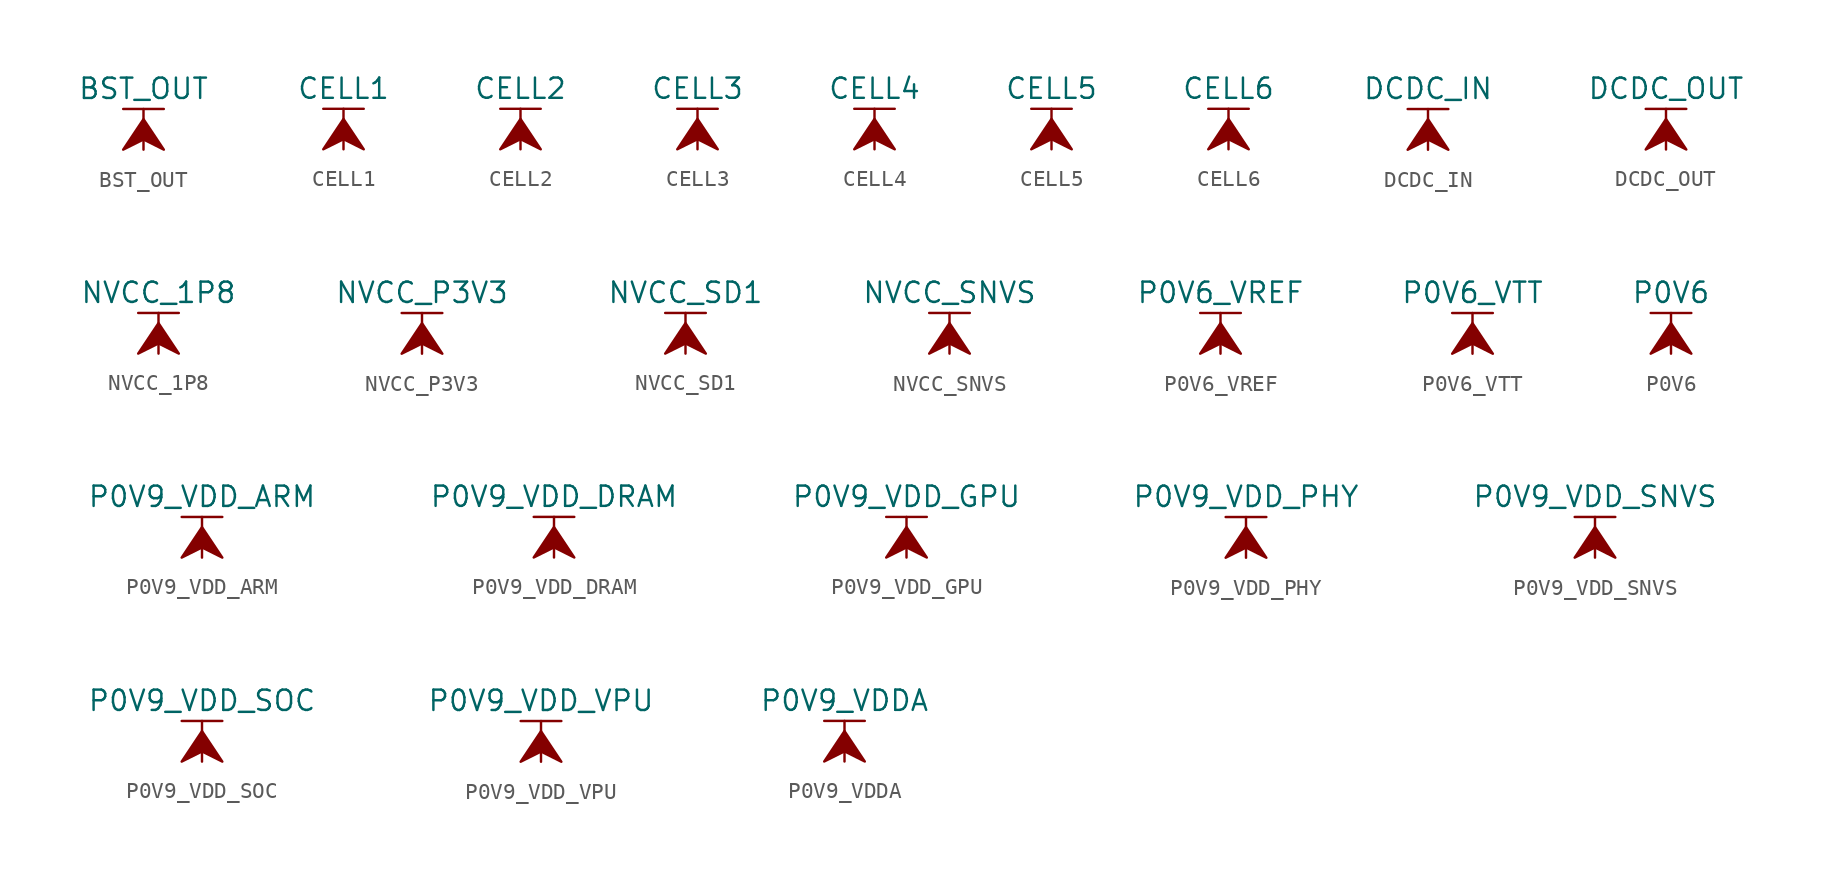
<source format=kicad_sym>
(kicad_symbol_lib
  (version 20211014)
  (generator kicad_symbol_editor)
  (symbol "BST_OUT"
    (power)
    (pin_names
      (offset 0))
    (property "Reference" "#PWR"
      (at 0 -3.81 0)
      (effects (font (size 1.27 1.27)) hide))
    (property "Value" "BST_OUT"
      (at 0 3.81 0)
      (effects (font (size 1.27 1.27))))
    (symbol "BST_OUT_0_1"
      (polyline (pts (xy -1.27 2.54) (xy 1.27 2.54)) (stroke (width 0.152) (type default) (color 0 0 0 0)) (fill (type none)))
      (polyline (pts (xy 0 0) (xy 0 2.54)) (stroke (width 0.152) (type default) (color 0 0 0 0)) (fill (type none)))
      (polyline (pts (xy 0 1.905) (xy -1.27 0) (xy 0 0.635) (xy 1.27 0) (xy 0 1.905)) (stroke (width 0.152) (type default) (color 0 0 0 0)) (fill (type outline))))
    (symbol "BST_OUT_1_1"
      (pin power_in line (at 0 0 90) (length 0) hide (name "BST_OUT" (effects (font (size 1.27 1.27)))) (number "1" (effects (font (size 1.27 1.27)))))))
  (symbol "CELL1"
    (power)
    (pin_names
      (offset 0))
    (property "Reference" "#PWR"
      (at 0 -3.81 0)
      (effects (font (size 1.27 1.27)) hide))
    (property "Value" "CELL1"
      (at 0 3.81 0)
      (effects (font (size 1.27 1.27))))
    (symbol "CELL1_0_1"
      (polyline (pts (xy -1.27 2.54) (xy 1.27 2.54)) (stroke (width 0.152) (type default) (color 0 0 0 0)) (fill (type none)))
      (polyline (pts (xy 0 0) (xy 0 2.54)) (stroke (width 0.152) (type default) (color 0 0 0 0)) (fill (type none)))
      (polyline (pts (xy 0 1.905) (xy -1.27 0) (xy 0 0.635) (xy 1.27 0) (xy 0 1.905)) (stroke (width 0.152) (type default) (color 0 0 0 0)) (fill (type outline))))
    (symbol "CELL1_1_1"
      (pin power_in line (at 0 0 90) (length 0) hide (name "CELL1" (effects (font (size 1.27 1.27)))) (number "1" (effects (font (size 1.27 1.27)))))))
  (symbol "CELL2"
    (power)
    (pin_names
      (offset 0))
    (property "Reference" "#PWR"
      (at 0 -3.81 0)
      (effects (font (size 1.27 1.27)) hide))
    (property "Value" "CELL2"
      (at 0 3.81 0)
      (effects (font (size 1.27 1.27))))
    (symbol "CELL2_0_1"
      (polyline (pts (xy -1.27 2.54) (xy 1.27 2.54)) (stroke (width 0.152) (type default) (color 0 0 0 0)) (fill (type none)))
      (polyline (pts (xy 0 0) (xy 0 2.54)) (stroke (width 0.152) (type default) (color 0 0 0 0)) (fill (type none)))
      (polyline (pts (xy 0 1.905) (xy -1.27 0) (xy 0 0.635) (xy 1.27 0) (xy 0 1.905)) (stroke (width 0.152) (type default) (color 0 0 0 0)) (fill (type outline))))
    (symbol "CELL2_1_1"
      (pin power_in line (at 0 0 90) (length 0) hide (name "CELL2" (effects (font (size 1.27 1.27)))) (number "1" (effects (font (size 1.27 1.27)))))))
  (symbol "CELL3"
    (power)
    (pin_names
      (offset 0))
    (property "Reference" "#PWR"
      (at 0 -3.81 0)
      (effects (font (size 1.27 1.27)) hide))
    (property "Value" "CELL3"
      (at 0 3.81 0)
      (effects (font (size 1.27 1.27))))
    (symbol "CELL3_0_1"
      (polyline (pts (xy -1.27 2.54) (xy 1.27 2.54)) (stroke (width 0.152) (type default) (color 0 0 0 0)) (fill (type none)))
      (polyline (pts (xy 0 0) (xy 0 2.54)) (stroke (width 0.152) (type default) (color 0 0 0 0)) (fill (type none)))
      (polyline (pts (xy 0 1.905) (xy -1.27 0) (xy 0 0.635) (xy 1.27 0) (xy 0 1.905)) (stroke (width 0.152) (type default) (color 0 0 0 0)) (fill (type outline))))
    (symbol "CELL3_1_1"
      (pin power_in line (at 0 0 90) (length 0) hide (name "CELL3" (effects (font (size 1.27 1.27)))) (number "1" (effects (font (size 1.27 1.27)))))))
  (symbol "CELL4"
    (power)
    (pin_names
      (offset 0))
    (property "Reference" "#PWR"
      (at 0 -3.81 0)
      (effects (font (size 1.27 1.27)) hide))
    (property "Value" "CELL4"
      (at 0 3.81 0)
      (effects (font (size 1.27 1.27))))
    (symbol "CELL4_0_1"
      (polyline (pts (xy -1.27 2.54) (xy 1.27 2.54)) (stroke (width 0.152) (type default) (color 0 0 0 0)) (fill (type none)))
      (polyline (pts (xy 0 0) (xy 0 2.54)) (stroke (width 0.152) (type default) (color 0 0 0 0)) (fill (type none)))
      (polyline (pts (xy 0 1.905) (xy -1.27 0) (xy 0 0.635) (xy 1.27 0) (xy 0 1.905)) (stroke (width 0.152) (type default) (color 0 0 0 0)) (fill (type outline))))
    (symbol "CELL4_1_1"
      (pin power_in line (at 0 0 90) (length 0) hide (name "CELL4" (effects (font (size 1.27 1.27)))) (number "1" (effects (font (size 1.27 1.27)))))))
  (symbol "CELL5"
    (power)
    (pin_names
      (offset 0))
    (property "Reference" "#PWR"
      (at 0 -3.81 0)
      (effects (font (size 1.27 1.27)) hide))
    (property "Value" "CELL5"
      (at 0 3.81 0)
      (effects (font (size 1.27 1.27))))
    (symbol "CELL5_0_1"
      (polyline (pts (xy -1.27 2.54) (xy 1.27 2.54)) (stroke (width 0.152) (type default) (color 0 0 0 0)) (fill (type none)))
      (polyline (pts (xy 0 0) (xy 0 2.54)) (stroke (width 0.152) (type default) (color 0 0 0 0)) (fill (type none)))
      (polyline (pts (xy 0 1.905) (xy -1.27 0) (xy 0 0.635) (xy 1.27 0) (xy 0 1.905)) (stroke (width 0.152) (type default) (color 0 0 0 0)) (fill (type outline))))
    (symbol "CELL5_1_1"
      (pin power_in line (at 0 0 90) (length 0) hide (name "CELL5" (effects (font (size 1.27 1.27)))) (number "1" (effects (font (size 1.27 1.27)))))))
  (symbol "CELL6"
    (power)
    (pin_names
      (offset 0))
    (property "Reference" "#PWR"
      (at 0 -3.81 0)
      (effects (font (size 1.27 1.27)) hide))
    (property "Value" "CELL6"
      (at 0 3.81 0)
      (effects (font (size 1.27 1.27))))
    (symbol "CELL6_0_1"
      (polyline (pts (xy -1.27 2.54) (xy 1.27 2.54)) (stroke (width 0.152) (type default) (color 0 0 0 0)) (fill (type none)))
      (polyline (pts (xy 0 0) (xy 0 2.54)) (stroke (width 0.152) (type default) (color 0 0 0 0)) (fill (type none)))
      (polyline (pts (xy 0 1.905) (xy -1.27 0) (xy 0 0.635) (xy 1.27 0) (xy 0 1.905)) (stroke (width 0.152) (type default) (color 0 0 0 0)) (fill (type outline))))
    (symbol "CELL6_1_1"
      (pin power_in line (at 0 0 90) (length 0) hide (name "CELL6" (effects (font (size 1.27 1.27)))) (number "1" (effects (font (size 1.27 1.27)))))))
  (symbol "DCDC_IN"
    (power)
    (pin_names
      (offset 0))
    (property "Reference" "#PWR"
      (at 0 -3.81 0)
      (effects (font (size 1.27 1.27)) hide))
    (property "Value" "DCDC_IN"
      (at 0 3.81 0)
      (effects (font (size 1.27 1.27))))
    (symbol "DCDC_IN_0_1"
      (polyline (pts (xy -1.27 2.54) (xy 1.27 2.54)) (stroke (width 0.152) (type default) (color 0 0 0 0)) (fill (type none)))
      (polyline (pts (xy 0 0) (xy 0 2.54)) (stroke (width 0.152) (type default) (color 0 0 0 0)) (fill (type none)))
      (polyline (pts (xy 0 1.905) (xy -1.27 0) (xy 0 0.635) (xy 1.27 0) (xy 0 1.905)) (stroke (width 0.152) (type default) (color 0 0 0 0)) (fill (type outline))))
    (symbol "DCDC_IN_1_1"
      (pin power_in line (at 0 0 90) (length 0) hide (name "DCDC_IN" (effects (font (size 1.27 1.27)))) (number "1" (effects (font (size 1.27 1.27)))))))
  (symbol "DCDC_OUT"
    (power)
    (pin_names
      (offset 0))
    (property "Reference" "#PWR"
      (at 0 -3.81 0)
      (effects (font (size 1.27 1.27)) hide))
    (property "Value" "DCDC_OUT"
      (at 0 3.81 0)
      (effects (font (size 1.27 1.27))))
    (symbol "DCDC_OUT_0_1"
      (polyline (pts (xy -1.27 2.54) (xy 1.27 2.54)) (stroke (width 0.152) (type default) (color 0 0 0 0)) (fill (type none)))
      (polyline (pts (xy 0 0) (xy 0 2.54)) (stroke (width 0.152) (type default) (color 0 0 0 0)) (fill (type none)))
      (polyline (pts (xy 0 1.905) (xy -1.27 0) (xy 0 0.635) (xy 1.27 0) (xy 0 1.905)) (stroke (width 0.152) (type default) (color 0 0 0 0)) (fill (type outline))))
    (symbol "DCDC_OUT_1_1"
      (pin power_in line (at 0 0 90) (length 0) hide (name "DCDC_OUT" (effects (font (size 1.27 1.27)))) (number "1" (effects (font (size 1.27 1.27)))))))
  (symbol "NVCC_1P8"
    (power)
    (pin_names
      (offset 0))
    (property "Reference" "#PWR"
      (at 0 -3.81 0)
      (effects (font (size 1.27 1.27)) hide))
    (property "Value" "NVCC_1P8"
      (at 0 3.81 0)
      (effects (font (size 1.27 1.27))))
    (symbol "NVCC_1P8_0_1"
      (polyline (pts (xy -1.27 2.54) (xy 1.27 2.54)) (stroke (width 0.152) (type default) (color 0 0 0 0)) (fill (type none)))
      (polyline (pts (xy 0 0) (xy 0 2.54)) (stroke (width 0.152) (type default) (color 0 0 0 0)) (fill (type none)))
      (polyline (pts (xy 0 1.905) (xy -1.27 0) (xy 0 0.635) (xy 1.27 0) (xy 0 1.905)) (stroke (width 0.152) (type default) (color 0 0 0 0)) (fill (type outline))))
    (symbol "NVCC_1P8_1_1"
      (pin power_in line (at 0 0 90) (length 0) hide (name "NVCC_1P8" (effects (font (size 1.27 1.27)))) (number "1" (effects (font (size 1.27 1.27)))))))
  (symbol "NVCC_P3V3"
    (power)
    (pin_names
      (offset 0))
    (property "Reference" "#PWR"
      (at 0 -3.81 0)
      (effects (font (size 1.27 1.27)) hide))
    (property "Value" "NVCC_P3V3"
      (at 0 3.81 0)
      (effects (font (size 1.27 1.27))))
    (symbol "NVCC_P3V3_0_1"
      (polyline (pts (xy -1.27 2.54) (xy 1.27 2.54)) (stroke (width 0.152) (type default) (color 0 0 0 0)) (fill (type none)))
      (polyline (pts (xy 0 0) (xy 0 2.54)) (stroke (width 0.152) (type default) (color 0 0 0 0)) (fill (type none)))
      (polyline (pts (xy 0 1.905) (xy -1.27 0) (xy 0 0.635) (xy 1.27 0) (xy 0 1.905)) (stroke (width 0.152) (type default) (color 0 0 0 0)) (fill (type outline))))
    (symbol "NVCC_P3V3_1_1"
      (pin power_in line (at 0 0 90) (length 0) hide (name "NVCC_P3V3" (effects (font (size 1.27 1.27)))) (number "1" (effects (font (size 1.27 1.27)))))))
  (symbol "NVCC_SD1"
    (power)
    (pin_names
      (offset 0))
    (property "Reference" "#PWR"
      (at 0 -3.81 0)
      (effects (font (size 1.27 1.27)) hide))
    (property "Value" "NVCC_SD1"
      (at 0 3.81 0)
      (effects (font (size 1.27 1.27))))
    (symbol "NVCC_SD1_0_1"
      (polyline (pts (xy -1.27 2.54) (xy 1.27 2.54)) (stroke (width 0.152) (type default) (color 0 0 0 0)) (fill (type none)))
      (polyline (pts (xy 0 0) (xy 0 2.54)) (stroke (width 0.152) (type default) (color 0 0 0 0)) (fill (type none)))
      (polyline (pts (xy 0 1.905) (xy -1.27 0) (xy 0 0.635) (xy 1.27 0) (xy 0 1.905)) (stroke (width 0.152) (type default) (color 0 0 0 0)) (fill (type outline))))
    (symbol "NVCC_SD1_1_1"
      (pin power_in line (at 0 0 90) (length 0) hide (name "NVCC_SD1" (effects (font (size 1.27 1.27)))) (number "1" (effects (font (size 1.27 1.27)))))))
  (symbol "NVCC_SNVS"
    (power)
    (pin_names
      (offset 0))
    (property "Reference" "#PWR"
      (at 0 -3.81 0)
      (effects (font (size 1.27 1.27)) hide))
    (property "Value" "NVCC_SNVS"
      (at 0 3.81 0)
      (effects (font (size 1.27 1.27))))
    (symbol "NVCC_SNVS_0_1"
      (polyline (pts (xy -1.27 2.54) (xy 1.27 2.54)) (stroke (width 0.152) (type default) (color 0 0 0 0)) (fill (type none)))
      (polyline (pts (xy 0 0) (xy 0 2.54)) (stroke (width 0.152) (type default) (color 0 0 0 0)) (fill (type none)))
      (polyline (pts (xy 0 1.905) (xy -1.27 0) (xy 0 0.635) (xy 1.27 0) (xy 0 1.905)) (stroke (width 0.152) (type default) (color 0 0 0 0)) (fill (type outline))))
    (symbol "NVCC_SNVS_1_1"
      (pin power_in line (at 0 0 90) (length 0) hide (name "NVCC_SNVS" (effects (font (size 1.27 1.27)))) (number "1" (effects (font (size 1.27 1.27)))))))
  (symbol "P0V6_VREF"
    (power)
    (pin_names
      (offset 0))
    (property "Reference" "#PWR"
      (at 0 -3.81 0)
      (effects (font (size 1.27 1.27)) hide))
    (property "Value" "P0V6_VREF"
      (at 0 3.81 0)
      (effects (font (size 1.27 1.27))))
    (symbol "P0V6_VREF_0_1"
      (polyline (pts (xy -1.27 2.54) (xy 1.27 2.54)) (stroke (width 0.152) (type default) (color 0 0 0 0)) (fill (type none)))
      (polyline (pts (xy 0 0) (xy 0 2.54)) (stroke (width 0.152) (type default) (color 0 0 0 0)) (fill (type none)))
      (polyline (pts (xy 0 1.905) (xy -1.27 0) (xy 0 0.635) (xy 1.27 0) (xy 0 1.905)) (stroke (width 0.152) (type default) (color 0 0 0 0)) (fill (type outline))))
    (symbol "P0V6_VREF_1_1"
      (pin power_in line (at 0 0 90) (length 0) hide (name "P0V6_VREF" (effects (font (size 1.27 1.27)))) (number "1" (effects (font (size 1.27 1.27)))))))
  (symbol "P0V6_VTT"
    (power)
    (pin_names
      (offset 0))
    (property "Reference" "#PWR"
      (at 0 -3.81 0)
      (effects (font (size 1.27 1.27)) hide))
    (property "Value" "P0V6_VTT"
      (at 0 3.81 0)
      (effects (font (size 1.27 1.27))))
    (symbol "P0V6_VTT_0_1"
      (polyline (pts (xy -1.27 2.54) (xy 1.27 2.54)) (stroke (width 0.152) (type default) (color 0 0 0 0)) (fill (type none)))
      (polyline (pts (xy 0 0) (xy 0 2.54)) (stroke (width 0.152) (type default) (color 0 0 0 0)) (fill (type none)))
      (polyline (pts (xy 0 1.905) (xy -1.27 0) (xy 0 0.635) (xy 1.27 0) (xy 0 1.905)) (stroke (width 0.152) (type default) (color 0 0 0 0)) (fill (type outline))))
    (symbol "P0V6_VTT_1_1"
      (pin power_in line (at 0 0 90) (length 0) hide (name "P0V6_VTT" (effects (font (size 1.27 1.27)))) (number "1" (effects (font (size 1.27 1.27)))))))
  (symbol "P0V6"
    (power)
    (pin_names
      (offset 0))
    (property "Reference" "#PWR"
      (at 0 -3.81 0)
      (effects (font (size 1.27 1.27)) hide))
    (property "Value" "P0V6"
      (at 0 3.81 0)
      (effects (font (size 1.27 1.27))))
    (symbol "P0V6_0_1"
      (polyline (pts (xy -1.27 2.54) (xy 1.27 2.54)) (stroke (width 0.152) (type default) (color 0 0 0 0)) (fill (type none)))
      (polyline (pts (xy 0 0) (xy 0 2.54)) (stroke (width 0.152) (type default) (color 0 0 0 0)) (fill (type none)))
      (polyline (pts (xy 0 1.905) (xy -1.27 0) (xy 0 0.635) (xy 1.27 0) (xy 0 1.905)) (stroke (width 0.152) (type default) (color 0 0 0 0)) (fill (type outline))))
    (symbol "P0V6_1_1"
      (pin power_in line (at 0 0 90) (length 0) hide (name "P0V6" (effects (font (size 1.27 1.27)))) (number "1" (effects (font (size 1.27 1.27)))))))
  (symbol "P0V9_VDD_ARM"
    (power)
    (pin_names
      (offset 0))
    (property "Reference" "#PWR"
      (at 0 -3.81 0)
      (effects (font (size 1.27 1.27)) hide))
    (property "Value" "P0V9_VDD_ARM"
      (at 0 3.81 0)
      (effects (font (size 1.27 1.27))))
    (symbol "P0V9_VDD_ARM_0_1"
      (polyline (pts (xy -1.27 2.54) (xy 1.27 2.54)) (stroke (width 0.152) (type default) (color 0 0 0 0)) (fill (type none)))
      (polyline (pts (xy 0 0) (xy 0 2.54)) (stroke (width 0.152) (type default) (color 0 0 0 0)) (fill (type none)))
      (polyline (pts (xy 0 1.905) (xy -1.27 0) (xy 0 0.635) (xy 1.27 0) (xy 0 1.905)) (stroke (width 0.152) (type default) (color 0 0 0 0)) (fill (type outline))))
    (symbol "P0V9_VDD_ARM_1_1"
      (pin power_in line (at 0 0 90) (length 0) hide (name "P0V9_VDD_ARM" (effects (font (size 1.27 1.27)))) (number "1" (effects (font (size 1.27 1.27)))))))
  (symbol "P0V9_VDD_DRAM"
    (power)
    (pin_names
      (offset 0))
    (property "Reference" "#PWR"
      (at 0 -3.81 0)
      (effects (font (size 1.27 1.27)) hide))
    (property "Value" "P0V9_VDD_DRAM"
      (at 0 3.81 0)
      (effects (font (size 1.27 1.27))))
    (symbol "P0V9_VDD_DRAM_0_1"
      (polyline (pts (xy -1.27 2.54) (xy 1.27 2.54)) (stroke (width 0.152) (type default) (color 0 0 0 0)) (fill (type none)))
      (polyline (pts (xy 0 0) (xy 0 2.54)) (stroke (width 0.152) (type default) (color 0 0 0 0)) (fill (type none)))
      (polyline (pts (xy 0 1.905) (xy -1.27 0) (xy 0 0.635) (xy 1.27 0) (xy 0 1.905)) (stroke (width 0.152) (type default) (color 0 0 0 0)) (fill (type outline))))
    (symbol "P0V9_VDD_DRAM_1_1"
      (pin power_in line (at 0 0 90) (length 0) hide (name "P0V9_VDD_DRAM" (effects (font (size 1.27 1.27)))) (number "1" (effects (font (size 1.27 1.27)))))))
  (symbol "P0V9_VDD_GPU"
    (power)
    (pin_names
      (offset 0))
    (property "Reference" "#PWR"
      (at 0 -3.81 0)
      (effects (font (size 1.27 1.27)) hide))
    (property "Value" "P0V9_VDD_GPU"
      (at 0 3.81 0)
      (effects (font (size 1.27 1.27))))
    (symbol "P0V9_VDD_GPU_0_1"
      (polyline (pts (xy -1.27 2.54) (xy 1.27 2.54)) (stroke (width 0.152) (type default) (color 0 0 0 0)) (fill (type none)))
      (polyline (pts (xy 0 0) (xy 0 2.54)) (stroke (width 0.152) (type default) (color 0 0 0 0)) (fill (type none)))
      (polyline (pts (xy 0 1.905) (xy -1.27 0) (xy 0 0.635) (xy 1.27 0) (xy 0 1.905)) (stroke (width 0.152) (type default) (color 0 0 0 0)) (fill (type outline))))
    (symbol "P0V9_VDD_GPU_1_1"
      (pin power_in line (at 0 0 90) (length 0) hide (name "P0V9_VDD_GPU" (effects (font (size 1.27 1.27)))) (number "1" (effects (font (size 1.27 1.27)))))))
  (symbol "P0V9_VDD_PHY"
    (power)
    (pin_names
      (offset 0))
    (property "Reference" "#PWR"
      (at 0 -3.81 0)
      (effects (font (size 1.27 1.27)) hide))
    (property "Value" "P0V9_VDD_PHY"
      (at 0 3.81 0)
      (effects (font (size 1.27 1.27))))
    (symbol "P0V9_VDD_PHY_0_1"
      (polyline (pts (xy -1.27 2.54) (xy 1.27 2.54)) (stroke (width 0.152) (type default) (color 0 0 0 0)) (fill (type none)))
      (polyline (pts (xy 0 0) (xy 0 2.54)) (stroke (width 0.152) (type default) (color 0 0 0 0)) (fill (type none)))
      (polyline (pts (xy 0 1.905) (xy -1.27 0) (xy 0 0.635) (xy 1.27 0) (xy 0 1.905)) (stroke (width 0.152) (type default) (color 0 0 0 0)) (fill (type outline))))
    (symbol "P0V9_VDD_PHY_1_1"
      (pin power_in line (at 0 0 90) (length 0) hide (name "P0V9_VDD_PHY" (effects (font (size 1.27 1.27)))) (number "1" (effects (font (size 1.27 1.27)))))))
  (symbol "P0V9_VDD_SNVS"
    (power)
    (pin_names
      (offset 0))
    (property "Reference" "#PWR"
      (at 0 -3.81 0)
      (effects (font (size 1.27 1.27)) hide))
    (property "Value" "P0V9_VDD_SNVS"
      (at 0 3.81 0)
      (effects (font (size 1.27 1.27))))
    (symbol "P0V9_VDD_SNVS_0_1"
      (polyline (pts (xy -1.27 2.54) (xy 1.27 2.54)) (stroke (width 0.152) (type default) (color 0 0 0 0)) (fill (type none)))
      (polyline (pts (xy 0 0) (xy 0 2.54)) (stroke (width 0.152) (type default) (color 0 0 0 0)) (fill (type none)))
      (polyline (pts (xy 0 1.905) (xy -1.27 0) (xy 0 0.635) (xy 1.27 0) (xy 0 1.905)) (stroke (width 0.152) (type default) (color 0 0 0 0)) (fill (type outline))))
    (symbol "P0V9_VDD_SNVS_1_1"
      (pin power_in line (at 0 0 90) (length 0) hide (name "P0V9_VDD_SNVS" (effects (font (size 1.27 1.27)))) (number "1" (effects (font (size 1.27 1.27)))))))
  (symbol "P0V9_VDD_SOC"
    (power)
    (pin_names
      (offset 0))
    (property "Reference" "#PWR"
      (at 0 -3.81 0)
      (effects (font (size 1.27 1.27)) hide))
    (property "Value" "P0V9_VDD_SOC"
      (at 0 3.81 0)
      (effects (font (size 1.27 1.27))))
    (symbol "P0V9_VDD_SOC_0_1"
      (polyline (pts (xy -1.27 2.54) (xy 1.27 2.54)) (stroke (width 0.152) (type default) (color 0 0 0 0)) (fill (type none)))
      (polyline (pts (xy 0 0) (xy 0 2.54)) (stroke (width 0.152) (type default) (color 0 0 0 0)) (fill (type none)))
      (polyline (pts (xy 0 1.905) (xy -1.27 0) (xy 0 0.635) (xy 1.27 0) (xy 0 1.905)) (stroke (width 0.152) (type default) (color 0 0 0 0)) (fill (type outline))))
    (symbol "P0V9_VDD_SOC_1_1"
      (pin power_in line (at 0 0 90) (length 0) hide (name "P0V9_VDD_SOC" (effects (font (size 1.27 1.27)))) (number "1" (effects (font (size 1.27 1.27)))))))
  (symbol "P0V9_VDD_VPU"
    (power)
    (pin_names
      (offset 0))
    (property "Reference" "#PWR"
      (at 0 -3.81 0)
      (effects (font (size 1.27 1.27)) hide))
    (property "Value" "P0V9_VDD_VPU"
      (at 0 3.81 0)
      (effects (font (size 1.27 1.27))))
    (symbol "P0V9_VDD_VPU_0_1"
      (polyline (pts (xy -1.27 2.54) (xy 1.27 2.54)) (stroke (width 0.152) (type default) (color 0 0 0 0)) (fill (type none)))
      (polyline (pts (xy 0 0) (xy 0 2.54)) (stroke (width 0.152) (type default) (color 0 0 0 0)) (fill (type none)))
      (polyline (pts (xy 0 1.905) (xy -1.27 0) (xy 0 0.635) (xy 1.27 0) (xy 0 1.905)) (stroke (width 0.152) (type default) (color 0 0 0 0)) (fill (type outline))))
    (symbol "P0V9_VDD_VPU_1_1"
      (pin power_in line (at 0 0 90) (length 0) hide (name "P0V9_VDD_VPU" (effects (font (size 1.27 1.27)))) (number "1" (effects (font (size 1.27 1.27)))))))
  (symbol "P0V9_VDDA"
    (power)
    (pin_names
      (offset 0))
    (property "Reference" "#PWR"
      (at 0 -3.81 0)
      (effects (font (size 1.27 1.27)) hide))
    (property "Value" "P0V9_VDDA"
      (at 0 3.81 0)
      (effects (font (size 1.27 1.27))))
    (symbol "P0V9_VDDA_0_1"
      (polyline (pts (xy -1.27 2.54) (xy 1.27 2.54)) (stroke (width 0.152) (type default) (color 0 0 0 0)) (fill (type none)))
      (polyline (pts (xy 0 0) (xy 0 2.54)) (stroke (width 0.152) (type default) (color 0 0 0 0)) (fill (type none)))
      (polyline (pts (xy 0 1.905) (xy -1.27 0) (xy 0 0.635) (xy 1.27 0) (xy 0 1.905)) (stroke (width 0.152) (type default) (color 0 0 0 0)) (fill (type outline))))
    (symbol "P0V9_VDDA_1_1"
      (pin power_in line (at 0 0 90) (length 0) hide (name "P0V9_VDDA" (effects (font (size 1.27 1.27)))) (number "1" (effects (font (size 1.27 1.27))))))))
</source>
